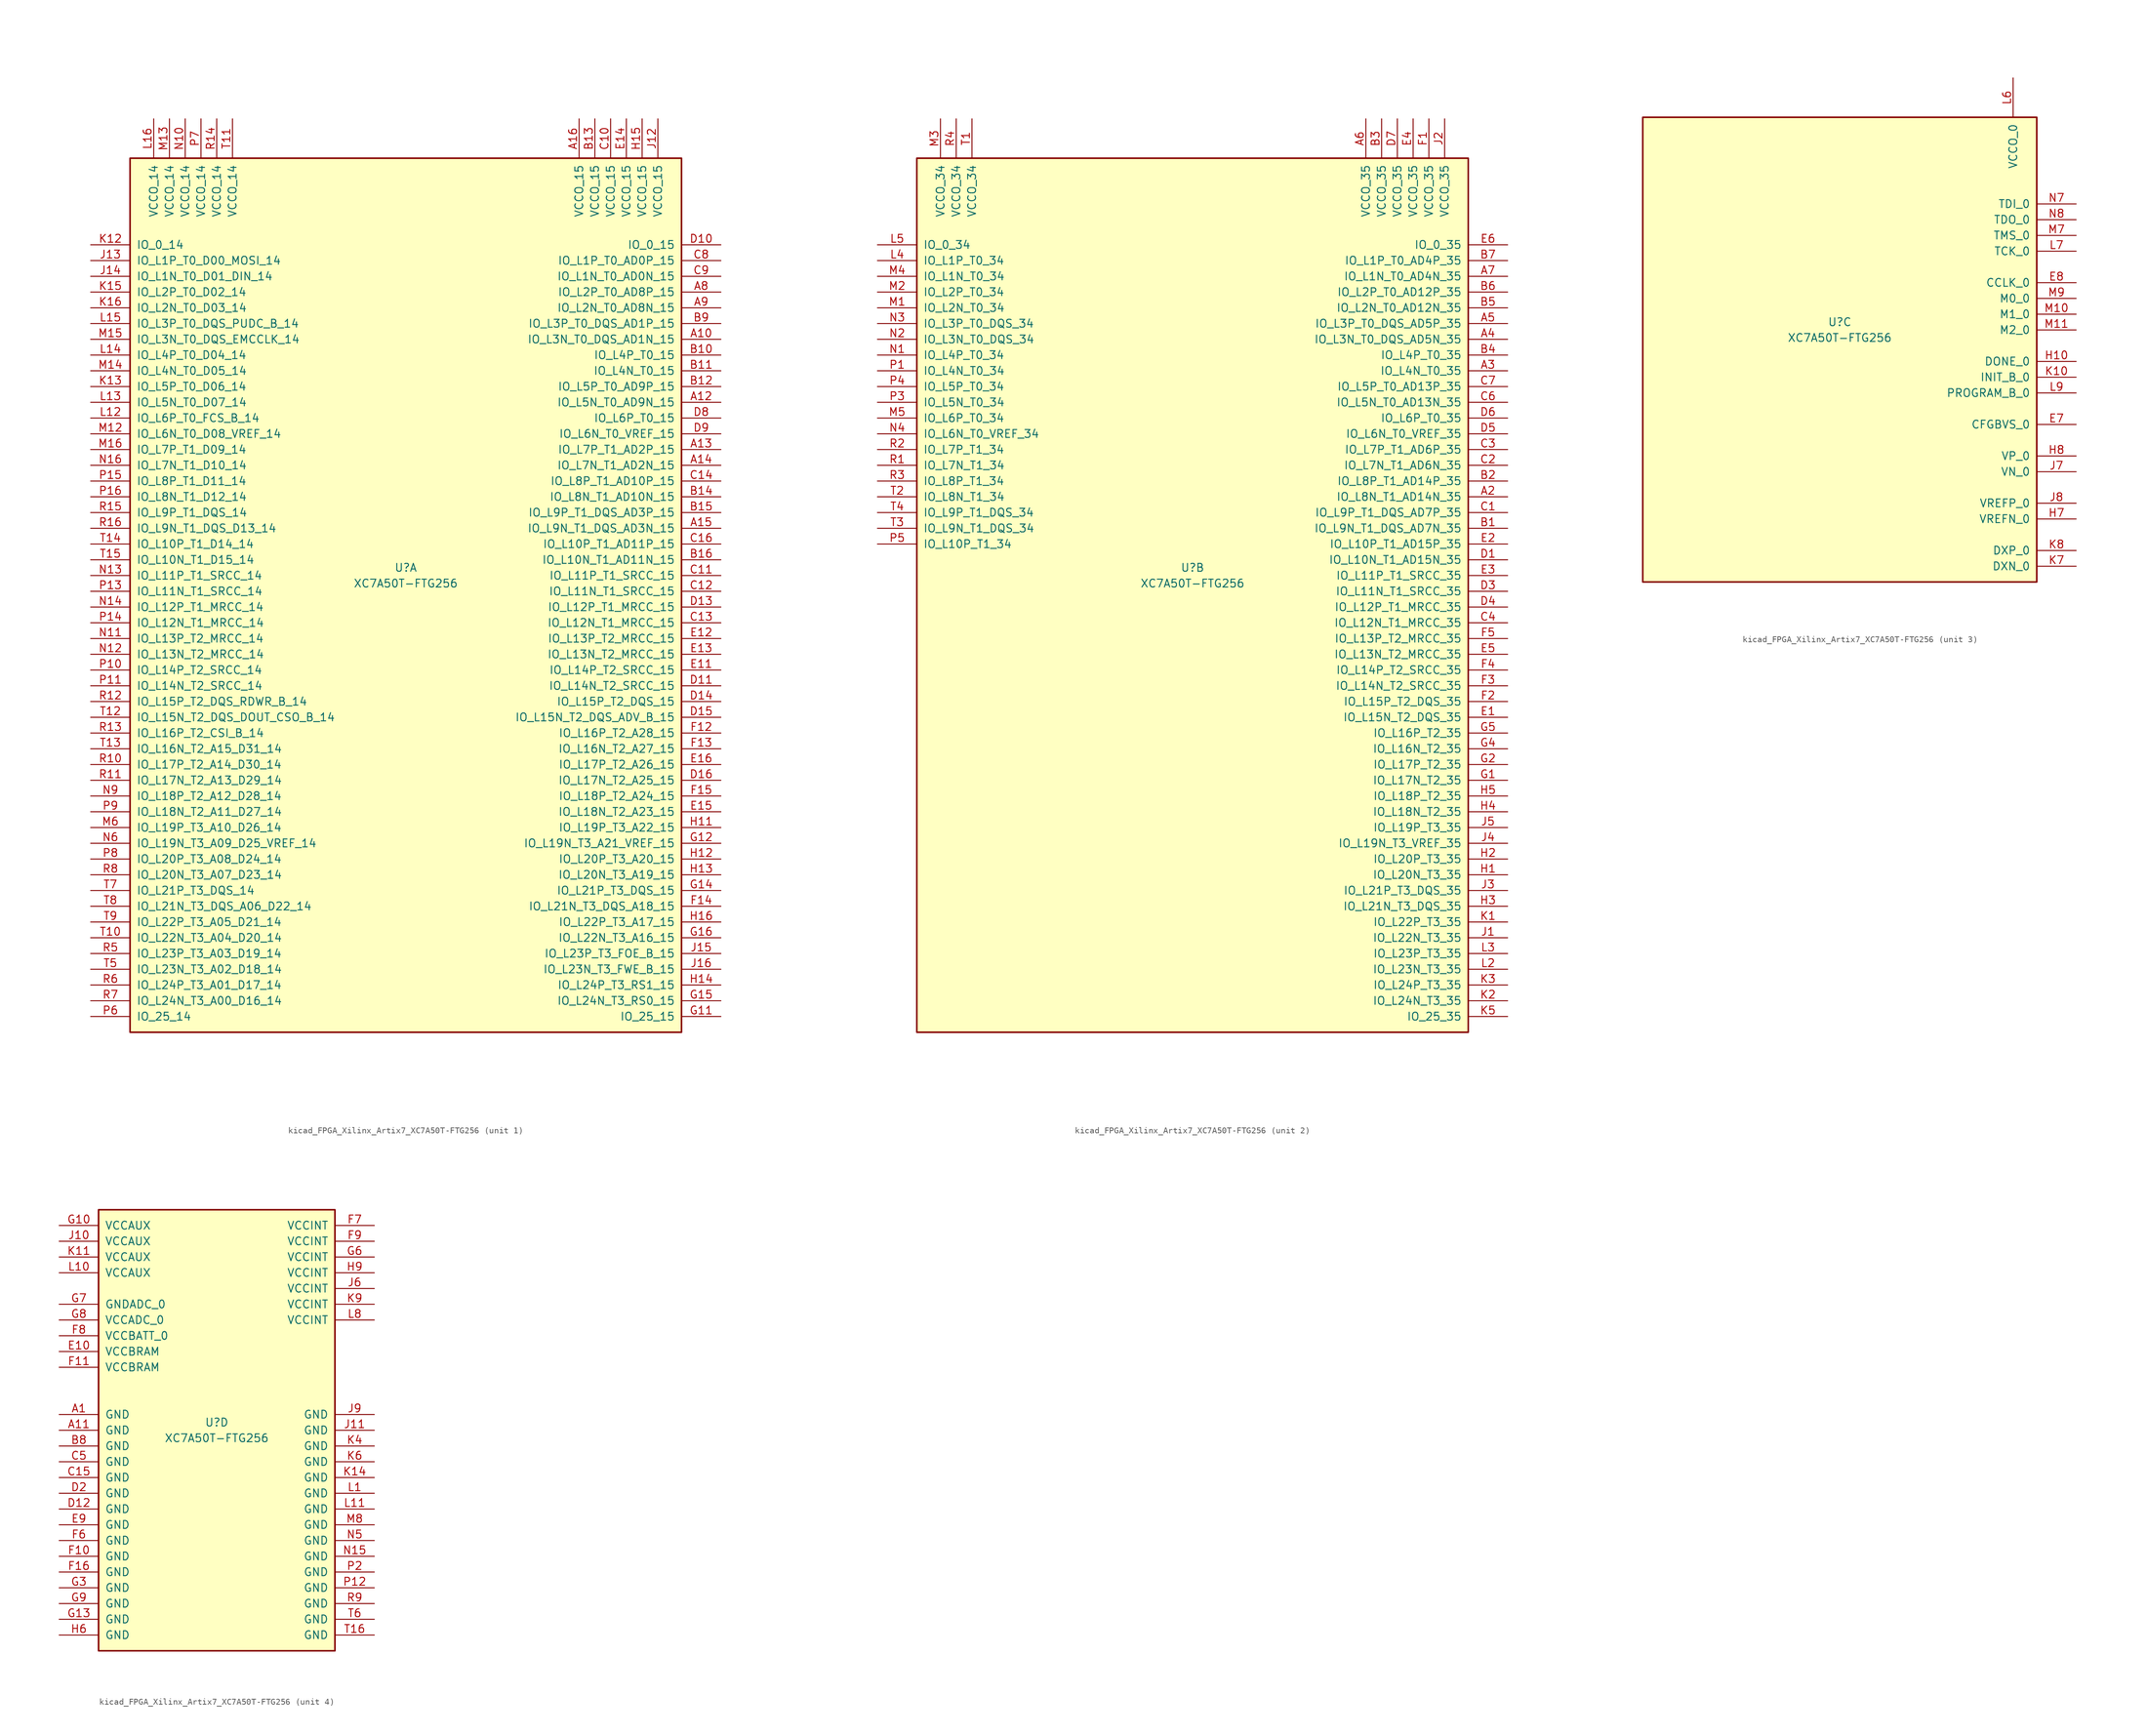
<source format=kicad_sym>
(kicad_symbol_lib
  (version 20220914)
  (generator kicad_symbol_editor)
  (symbol "kicad_FPGA_Xilinx_Artix7_XC7A50T-FTG256"
    (pin_names
      (offset 1.016))
    (property "Reference" "U"
      (at 0 1.27 0)
      (effects (font (size 1.27 1.27))))
    (property "Value" "XC7A50T-FTG256"
      (at 0 -1.27 0)
      (effects (font (size 1.27 1.27))))
    (property "Datasheet" ""
      (at 0 0 0)
      (effects (font (size 1.27 1.27))))
    (property "ki_locked" ""
      (at 0 0 0)
      (effects (font (size 1.27 1.27))))
    (symbol "kicad_FPGA_Xilinx_Artix7_XC7A50T-FTG256_1_1"
      (rectangle (start -44.45 67.31) (end 44.45 -73.66) (stroke (width 0.254) (type default)) (fill (type background)))
      (pin bidirectional line (at 50.8 38.1 180) (length 6.35) (name "IO_L3N_T0_DQS_AD1N_15" (effects (font (size 1.27 1.27)))) (number "A10" (effects (font (size 1.27 1.27)))))
      (pin bidirectional line (at 50.8 27.94 180) (length 6.35) (name "IO_L5N_T0_AD9N_15" (effects (font (size 1.27 1.27)))) (number "A12" (effects (font (size 1.27 1.27)))))
      (pin bidirectional line (at 50.8 20.32 180) (length 6.35) (name "IO_L7P_T1_AD2P_15" (effects (font (size 1.27 1.27)))) (number "A13" (effects (font (size 1.27 1.27)))))
      (pin bidirectional line (at 50.8 17.78 180) (length 6.35) (name "IO_L7N_T1_AD2N_15" (effects (font (size 1.27 1.27)))) (number "A14" (effects (font (size 1.27 1.27)))))
      (pin bidirectional line (at 50.8 7.62 180) (length 6.35) (name "IO_L9N_T1_DQS_AD3N_15" (effects (font (size 1.27 1.27)))) (number "A15" (effects (font (size 1.27 1.27)))))
      (pin power_in line (at 27.94 73.66 270) (length 6.35) (name "VCCO_15" (effects (font (size 1.27 1.27)))) (number "A16" (effects (font (size 1.27 1.27)))))
      (pin bidirectional line (at 50.8 45.72 180) (length 6.35) (name "IO_L2P_T0_AD8P_15" (effects (font (size 1.27 1.27)))) (number "A8" (effects (font (size 1.27 1.27)))))
      (pin bidirectional line (at 50.8 43.18 180) (length 6.35) (name "IO_L2N_T0_AD8N_15" (effects (font (size 1.27 1.27)))) (number "A9" (effects (font (size 1.27 1.27)))))
      (pin bidirectional line (at 50.8 35.56 180) (length 6.35) (name "IO_L4P_T0_15" (effects (font (size 1.27 1.27)))) (number "B10" (effects (font (size 1.27 1.27)))))
      (pin bidirectional line (at 50.8 33.02 180) (length 6.35) (name "IO_L4N_T0_15" (effects (font (size 1.27 1.27)))) (number "B11" (effects (font (size 1.27 1.27)))))
      (pin bidirectional line (at 50.8 30.48 180) (length 6.35) (name "IO_L5P_T0_AD9P_15" (effects (font (size 1.27 1.27)))) (number "B12" (effects (font (size 1.27 1.27)))))
      (pin power_in line (at 30.48 73.66 270) (length 6.35) (name "VCCO_15" (effects (font (size 1.27 1.27)))) (number "B13" (effects (font (size 1.27 1.27)))))
      (pin bidirectional line (at 50.8 12.7 180) (length 6.35) (name "IO_L8N_T1_AD10N_15" (effects (font (size 1.27 1.27)))) (number "B14" (effects (font (size 1.27 1.27)))))
      (pin bidirectional line (at 50.8 10.16 180) (length 6.35) (name "IO_L9P_T1_DQS_AD3P_15" (effects (font (size 1.27 1.27)))) (number "B15" (effects (font (size 1.27 1.27)))))
      (pin bidirectional line (at 50.8 2.54 180) (length 6.35) (name "IO_L10N_T1_AD11N_15" (effects (font (size 1.27 1.27)))) (number "B16" (effects (font (size 1.27 1.27)))))
      (pin bidirectional line (at 50.8 40.64 180) (length 6.35) (name "IO_L3P_T0_DQS_AD1P_15" (effects (font (size 1.27 1.27)))) (number "B9" (effects (font (size 1.27 1.27)))))
      (pin power_in line (at 33.02 73.66 270) (length 6.35) (name "VCCO_15" (effects (font (size 1.27 1.27)))) (number "C10" (effects (font (size 1.27 1.27)))))
      (pin bidirectional line (at 50.8 0 180) (length 6.35) (name "IO_L11P_T1_SRCC_15" (effects (font (size 1.27 1.27)))) (number "C11" (effects (font (size 1.27 1.27)))))
      (pin bidirectional line (at 50.8 -2.54 180) (length 6.35) (name "IO_L11N_T1_SRCC_15" (effects (font (size 1.27 1.27)))) (number "C12" (effects (font (size 1.27 1.27)))))
      (pin bidirectional line (at 50.8 -7.62 180) (length 6.35) (name "IO_L12N_T1_MRCC_15" (effects (font (size 1.27 1.27)))) (number "C13" (effects (font (size 1.27 1.27)))))
      (pin bidirectional line (at 50.8 15.24 180) (length 6.35) (name "IO_L8P_T1_AD10P_15" (effects (font (size 1.27 1.27)))) (number "C14" (effects (font (size 1.27 1.27)))))
      (pin bidirectional line (at 50.8 5.08 180) (length 6.35) (name "IO_L10P_T1_AD11P_15" (effects (font (size 1.27 1.27)))) (number "C16" (effects (font (size 1.27 1.27)))))
      (pin bidirectional line (at 50.8 50.8 180) (length 6.35) (name "IO_L1P_T0_AD0P_15" (effects (font (size 1.27 1.27)))) (number "C8" (effects (font (size 1.27 1.27)))))
      (pin bidirectional line (at 50.8 48.26 180) (length 6.35) (name "IO_L1N_T0_AD0N_15" (effects (font (size 1.27 1.27)))) (number "C9" (effects (font (size 1.27 1.27)))))
      (pin bidirectional line (at 50.8 53.34 180) (length 6.35) (name "IO_0_15" (effects (font (size 1.27 1.27)))) (number "D10" (effects (font (size 1.27 1.27)))))
      (pin bidirectional line (at 50.8 -17.78 180) (length 6.35) (name "IO_L14N_T2_SRCC_15" (effects (font (size 1.27 1.27)))) (number "D11" (effects (font (size 1.27 1.27)))))
      (pin bidirectional line (at 50.8 -5.08 180) (length 6.35) (name "IO_L12P_T1_MRCC_15" (effects (font (size 1.27 1.27)))) (number "D13" (effects (font (size 1.27 1.27)))))
      (pin bidirectional line (at 50.8 -20.32 180) (length 6.35) (name "IO_L15P_T2_DQS_15" (effects (font (size 1.27 1.27)))) (number "D14" (effects (font (size 1.27 1.27)))))
      (pin bidirectional line (at 50.8 -22.86 180) (length 6.35) (name "IO_L15N_T2_DQS_ADV_B_15" (effects (font (size 1.27 1.27)))) (number "D15" (effects (font (size 1.27 1.27)))))
      (pin bidirectional line (at 50.8 -33.02 180) (length 6.35) (name "IO_L17N_T2_A25_15" (effects (font (size 1.27 1.27)))) (number "D16" (effects (font (size 1.27 1.27)))))
      (pin bidirectional line (at 50.8 25.4 180) (length 6.35) (name "IO_L6P_T0_15" (effects (font (size 1.27 1.27)))) (number "D8" (effects (font (size 1.27 1.27)))))
      (pin bidirectional line (at 50.8 22.86 180) (length 6.35) (name "IO_L6N_T0_VREF_15" (effects (font (size 1.27 1.27)))) (number "D9" (effects (font (size 1.27 1.27)))))
      (pin bidirectional line (at 50.8 -15.24 180) (length 6.35) (name "IO_L14P_T2_SRCC_15" (effects (font (size 1.27 1.27)))) (number "E11" (effects (font (size 1.27 1.27)))))
      (pin bidirectional line (at 50.8 -10.16 180) (length 6.35) (name "IO_L13P_T2_MRCC_15" (effects (font (size 1.27 1.27)))) (number "E12" (effects (font (size 1.27 1.27)))))
      (pin bidirectional line (at 50.8 -12.7 180) (length 6.35) (name "IO_L13N_T2_MRCC_15" (effects (font (size 1.27 1.27)))) (number "E13" (effects (font (size 1.27 1.27)))))
      (pin power_in line (at 35.56 73.66 270) (length 6.35) (name "VCCO_15" (effects (font (size 1.27 1.27)))) (number "E14" (effects (font (size 1.27 1.27)))))
      (pin bidirectional line (at 50.8 -38.1 180) (length 6.35) (name "IO_L18N_T2_A23_15" (effects (font (size 1.27 1.27)))) (number "E15" (effects (font (size 1.27 1.27)))))
      (pin bidirectional line (at 50.8 -30.48 180) (length 6.35) (name "IO_L17P_T2_A26_15" (effects (font (size 1.27 1.27)))) (number "E16" (effects (font (size 1.27 1.27)))))
      (pin bidirectional line (at 50.8 -25.4 180) (length 6.35) (name "IO_L16P_T2_A28_15" (effects (font (size 1.27 1.27)))) (number "F12" (effects (font (size 1.27 1.27)))))
      (pin bidirectional line (at 50.8 -27.94 180) (length 6.35) (name "IO_L16N_T2_A27_15" (effects (font (size 1.27 1.27)))) (number "F13" (effects (font (size 1.27 1.27)))))
      (pin bidirectional line (at 50.8 -53.34 180) (length 6.35) (name "IO_L21N_T3_DQS_A18_15" (effects (font (size 1.27 1.27)))) (number "F14" (effects (font (size 1.27 1.27)))))
      (pin bidirectional line (at 50.8 -35.56 180) (length 6.35) (name "IO_L18P_T2_A24_15" (effects (font (size 1.27 1.27)))) (number "F15" (effects (font (size 1.27 1.27)))))
      (pin bidirectional line (at 50.8 -71.12 180) (length 6.35) (name "IO_25_15" (effects (font (size 1.27 1.27)))) (number "G11" (effects (font (size 1.27 1.27)))))
      (pin bidirectional line (at 50.8 -43.18 180) (length 6.35) (name "IO_L19N_T3_A21_VREF_15" (effects (font (size 1.27 1.27)))) (number "G12" (effects (font (size 1.27 1.27)))))
      (pin bidirectional line (at 50.8 -50.8 180) (length 6.35) (name "IO_L21P_T3_DQS_15" (effects (font (size 1.27 1.27)))) (number "G14" (effects (font (size 1.27 1.27)))))
      (pin bidirectional line (at 50.8 -68.58 180) (length 6.35) (name "IO_L24N_T3_RS0_15" (effects (font (size 1.27 1.27)))) (number "G15" (effects (font (size 1.27 1.27)))))
      (pin bidirectional line (at 50.8 -58.42 180) (length 6.35) (name "IO_L22N_T3_A16_15" (effects (font (size 1.27 1.27)))) (number "G16" (effects (font (size 1.27 1.27)))))
      (pin bidirectional line (at 50.8 -40.64 180) (length 6.35) (name "IO_L19P_T3_A22_15" (effects (font (size 1.27 1.27)))) (number "H11" (effects (font (size 1.27 1.27)))))
      (pin bidirectional line (at 50.8 -45.72 180) (length 6.35) (name "IO_L20P_T3_A20_15" (effects (font (size 1.27 1.27)))) (number "H12" (effects (font (size 1.27 1.27)))))
      (pin bidirectional line (at 50.8 -48.26 180) (length 6.35) (name "IO_L20N_T3_A19_15" (effects (font (size 1.27 1.27)))) (number "H13" (effects (font (size 1.27 1.27)))))
      (pin bidirectional line (at 50.8 -66.04 180) (length 6.35) (name "IO_L24P_T3_RS1_15" (effects (font (size 1.27 1.27)))) (number "H14" (effects (font (size 1.27 1.27)))))
      (pin power_in line (at 38.1 73.66 270) (length 6.35) (name "VCCO_15" (effects (font (size 1.27 1.27)))) (number "H15" (effects (font (size 1.27 1.27)))))
      (pin bidirectional line (at 50.8 -55.88 180) (length 6.35) (name "IO_L22P_T3_A17_15" (effects (font (size 1.27 1.27)))) (number "H16" (effects (font (size 1.27 1.27)))))
      (pin power_in line (at 40.64 73.66 270) (length 6.35) (name "VCCO_15" (effects (font (size 1.27 1.27)))) (number "J12" (effects (font (size 1.27 1.27)))))
      (pin bidirectional line (at -50.8 50.8 0) (length 6.35) (name "IO_L1P_T0_D00_MOSI_14" (effects (font (size 1.27 1.27)))) (number "J13" (effects (font (size 1.27 1.27)))))
      (pin bidirectional line (at -50.8 48.26 0) (length 6.35) (name "IO_L1N_T0_D01_DIN_14" (effects (font (size 1.27 1.27)))) (number "J14" (effects (font (size 1.27 1.27)))))
      (pin bidirectional line (at 50.8 -60.96 180) (length 6.35) (name "IO_L23P_T3_FOE_B_15" (effects (font (size 1.27 1.27)))) (number "J15" (effects (font (size 1.27 1.27)))))
      (pin bidirectional line (at 50.8 -63.5 180) (length 6.35) (name "IO_L23N_T3_FWE_B_15" (effects (font (size 1.27 1.27)))) (number "J16" (effects (font (size 1.27 1.27)))))
      (pin bidirectional line (at -50.8 53.34 0) (length 6.35) (name "IO_0_14" (effects (font (size 1.27 1.27)))) (number "K12" (effects (font (size 1.27 1.27)))))
      (pin bidirectional line (at -50.8 30.48 0) (length 6.35) (name "IO_L5P_T0_D06_14" (effects (font (size 1.27 1.27)))) (number "K13" (effects (font (size 1.27 1.27)))))
      (pin bidirectional line (at -50.8 45.72 0) (length 6.35) (name "IO_L2P_T0_D02_14" (effects (font (size 1.27 1.27)))) (number "K15" (effects (font (size 1.27 1.27)))))
      (pin bidirectional line (at -50.8 43.18 0) (length 6.35) (name "IO_L2N_T0_D03_14" (effects (font (size 1.27 1.27)))) (number "K16" (effects (font (size 1.27 1.27)))))
      (pin bidirectional line (at -50.8 25.4 0) (length 6.35) (name "IO_L6P_T0_FCS_B_14" (effects (font (size 1.27 1.27)))) (number "L12" (effects (font (size 1.27 1.27)))))
      (pin bidirectional line (at -50.8 27.94 0) (length 6.35) (name "IO_L5N_T0_D07_14" (effects (font (size 1.27 1.27)))) (number "L13" (effects (font (size 1.27 1.27)))))
      (pin bidirectional line (at -50.8 35.56 0) (length 6.35) (name "IO_L4P_T0_D04_14" (effects (font (size 1.27 1.27)))) (number "L14" (effects (font (size 1.27 1.27)))))
      (pin bidirectional line (at -50.8 40.64 0) (length 6.35) (name "IO_L3P_T0_DQS_PUDC_B_14" (effects (font (size 1.27 1.27)))) (number "L15" (effects (font (size 1.27 1.27)))))
      (pin power_in line (at -40.64 73.66 270) (length 6.35) (name "VCCO_14" (effects (font (size 1.27 1.27)))) (number "L16" (effects (font (size 1.27 1.27)))))
      (pin bidirectional line (at -50.8 22.86 0) (length 6.35) (name "IO_L6N_T0_D08_VREF_14" (effects (font (size 1.27 1.27)))) (number "M12" (effects (font (size 1.27 1.27)))))
      (pin power_in line (at -38.1 73.66 270) (length 6.35) (name "VCCO_14" (effects (font (size 1.27 1.27)))) (number "M13" (effects (font (size 1.27 1.27)))))
      (pin bidirectional line (at -50.8 33.02 0) (length 6.35) (name "IO_L4N_T0_D05_14" (effects (font (size 1.27 1.27)))) (number "M14" (effects (font (size 1.27 1.27)))))
      (pin bidirectional line (at -50.8 38.1 0) (length 6.35) (name "IO_L3N_T0_DQS_EMCCLK_14" (effects (font (size 1.27 1.27)))) (number "M15" (effects (font (size 1.27 1.27)))))
      (pin bidirectional line (at -50.8 20.32 0) (length 6.35) (name "IO_L7P_T1_D09_14" (effects (font (size 1.27 1.27)))) (number "M16" (effects (font (size 1.27 1.27)))))
      (pin bidirectional line (at -50.8 -40.64 0) (length 6.35) (name "IO_L19P_T3_A10_D26_14" (effects (font (size 1.27 1.27)))) (number "M6" (effects (font (size 1.27 1.27)))))
      (pin power_in line (at -35.56 73.66 270) (length 6.35) (name "VCCO_14" (effects (font (size 1.27 1.27)))) (number "N10" (effects (font (size 1.27 1.27)))))
      (pin bidirectional line (at -50.8 -10.16 0) (length 6.35) (name "IO_L13P_T2_MRCC_14" (effects (font (size 1.27 1.27)))) (number "N11" (effects (font (size 1.27 1.27)))))
      (pin bidirectional line (at -50.8 -12.7 0) (length 6.35) (name "IO_L13N_T2_MRCC_14" (effects (font (size 1.27 1.27)))) (number "N12" (effects (font (size 1.27 1.27)))))
      (pin bidirectional line (at -50.8 0 0) (length 6.35) (name "IO_L11P_T1_SRCC_14" (effects (font (size 1.27 1.27)))) (number "N13" (effects (font (size 1.27 1.27)))))
      (pin bidirectional line (at -50.8 -5.08 0) (length 6.35) (name "IO_L12P_T1_MRCC_14" (effects (font (size 1.27 1.27)))) (number "N14" (effects (font (size 1.27 1.27)))))
      (pin bidirectional line (at -50.8 17.78 0) (length 6.35) (name "IO_L7N_T1_D10_14" (effects (font (size 1.27 1.27)))) (number "N16" (effects (font (size 1.27 1.27)))))
      (pin bidirectional line (at -50.8 -43.18 0) (length 6.35) (name "IO_L19N_T3_A09_D25_VREF_14" (effects (font (size 1.27 1.27)))) (number "N6" (effects (font (size 1.27 1.27)))))
      (pin bidirectional line (at -50.8 -35.56 0) (length 6.35) (name "IO_L18P_T2_A12_D28_14" (effects (font (size 1.27 1.27)))) (number "N9" (effects (font (size 1.27 1.27)))))
      (pin bidirectional line (at -50.8 -15.24 0) (length 6.35) (name "IO_L14P_T2_SRCC_14" (effects (font (size 1.27 1.27)))) (number "P10" (effects (font (size 1.27 1.27)))))
      (pin bidirectional line (at -50.8 -17.78 0) (length 6.35) (name "IO_L14N_T2_SRCC_14" (effects (font (size 1.27 1.27)))) (number "P11" (effects (font (size 1.27 1.27)))))
      (pin bidirectional line (at -50.8 -2.54 0) (length 6.35) (name "IO_L11N_T1_SRCC_14" (effects (font (size 1.27 1.27)))) (number "P13" (effects (font (size 1.27 1.27)))))
      (pin bidirectional line (at -50.8 -7.62 0) (length 6.35) (name "IO_L12N_T1_MRCC_14" (effects (font (size 1.27 1.27)))) (number "P14" (effects (font (size 1.27 1.27)))))
      (pin bidirectional line (at -50.8 15.24 0) (length 6.35) (name "IO_L8P_T1_D11_14" (effects (font (size 1.27 1.27)))) (number "P15" (effects (font (size 1.27 1.27)))))
      (pin bidirectional line (at -50.8 12.7 0) (length 6.35) (name "IO_L8N_T1_D12_14" (effects (font (size 1.27 1.27)))) (number "P16" (effects (font (size 1.27 1.27)))))
      (pin bidirectional line (at -50.8 -71.12 0) (length 6.35) (name "IO_25_14" (effects (font (size 1.27 1.27)))) (number "P6" (effects (font (size 1.27 1.27)))))
      (pin power_in line (at -33.02 73.66 270) (length 6.35) (name "VCCO_14" (effects (font (size 1.27 1.27)))) (number "P7" (effects (font (size 1.27 1.27)))))
      (pin bidirectional line (at -50.8 -45.72 0) (length 6.35) (name "IO_L20P_T3_A08_D24_14" (effects (font (size 1.27 1.27)))) (number "P8" (effects (font (size 1.27 1.27)))))
      (pin bidirectional line (at -50.8 -38.1 0) (length 6.35) (name "IO_L18N_T2_A11_D27_14" (effects (font (size 1.27 1.27)))) (number "P9" (effects (font (size 1.27 1.27)))))
      (pin bidirectional line (at -50.8 -30.48 0) (length 6.35) (name "IO_L17P_T2_A14_D30_14" (effects (font (size 1.27 1.27)))) (number "R10" (effects (font (size 1.27 1.27)))))
      (pin bidirectional line (at -50.8 -33.02 0) (length 6.35) (name "IO_L17N_T2_A13_D29_14" (effects (font (size 1.27 1.27)))) (number "R11" (effects (font (size 1.27 1.27)))))
      (pin bidirectional line (at -50.8 -20.32 0) (length 6.35) (name "IO_L15P_T2_DQS_RDWR_B_14" (effects (font (size 1.27 1.27)))) (number "R12" (effects (font (size 1.27 1.27)))))
      (pin bidirectional line (at -50.8 -25.4 0) (length 6.35) (name "IO_L16P_T2_CSI_B_14" (effects (font (size 1.27 1.27)))) (number "R13" (effects (font (size 1.27 1.27)))))
      (pin power_in line (at -30.48 73.66 270) (length 6.35) (name "VCCO_14" (effects (font (size 1.27 1.27)))) (number "R14" (effects (font (size 1.27 1.27)))))
      (pin bidirectional line (at -50.8 10.16 0) (length 6.35) (name "IO_L9P_T1_DQS_14" (effects (font (size 1.27 1.27)))) (number "R15" (effects (font (size 1.27 1.27)))))
      (pin bidirectional line (at -50.8 7.62 0) (length 6.35) (name "IO_L9N_T1_DQS_D13_14" (effects (font (size 1.27 1.27)))) (number "R16" (effects (font (size 1.27 1.27)))))
      (pin bidirectional line (at -50.8 -60.96 0) (length 6.35) (name "IO_L23P_T3_A03_D19_14" (effects (font (size 1.27 1.27)))) (number "R5" (effects (font (size 1.27 1.27)))))
      (pin bidirectional line (at -50.8 -66.04 0) (length 6.35) (name "IO_L24P_T3_A01_D17_14" (effects (font (size 1.27 1.27)))) (number "R6" (effects (font (size 1.27 1.27)))))
      (pin bidirectional line (at -50.8 -68.58 0) (length 6.35) (name "IO_L24N_T3_A00_D16_14" (effects (font (size 1.27 1.27)))) (number "R7" (effects (font (size 1.27 1.27)))))
      (pin bidirectional line (at -50.8 -48.26 0) (length 6.35) (name "IO_L20N_T3_A07_D23_14" (effects (font (size 1.27 1.27)))) (number "R8" (effects (font (size 1.27 1.27)))))
      (pin bidirectional line (at -50.8 -58.42 0) (length 6.35) (name "IO_L22N_T3_A04_D20_14" (effects (font (size 1.27 1.27)))) (number "T10" (effects (font (size 1.27 1.27)))))
      (pin power_in line (at -27.94 73.66 270) (length 6.35) (name "VCCO_14" (effects (font (size 1.27 1.27)))) (number "T11" (effects (font (size 1.27 1.27)))))
      (pin bidirectional line (at -50.8 -22.86 0) (length 6.35) (name "IO_L15N_T2_DQS_DOUT_CSO_B_14" (effects (font (size 1.27 1.27)))) (number "T12" (effects (font (size 1.27 1.27)))))
      (pin bidirectional line (at -50.8 -27.94 0) (length 6.35) (name "IO_L16N_T2_A15_D31_14" (effects (font (size 1.27 1.27)))) (number "T13" (effects (font (size 1.27 1.27)))))
      (pin bidirectional line (at -50.8 5.08 0) (length 6.35) (name "IO_L10P_T1_D14_14" (effects (font (size 1.27 1.27)))) (number "T14" (effects (font (size 1.27 1.27)))))
      (pin bidirectional line (at -50.8 2.54 0) (length 6.35) (name "IO_L10N_T1_D15_14" (effects (font (size 1.27 1.27)))) (number "T15" (effects (font (size 1.27 1.27)))))
      (pin bidirectional line (at -50.8 -63.5 0) (length 6.35) (name "IO_L23N_T3_A02_D18_14" (effects (font (size 1.27 1.27)))) (number "T5" (effects (font (size 1.27 1.27)))))
      (pin bidirectional line (at -50.8 -50.8 0) (length 6.35) (name "IO_L21P_T3_DQS_14" (effects (font (size 1.27 1.27)))) (number "T7" (effects (font (size 1.27 1.27)))))
      (pin bidirectional line (at -50.8 -53.34 0) (length 6.35) (name "IO_L21N_T3_DQS_A06_D22_14" (effects (font (size 1.27 1.27)))) (number "T8" (effects (font (size 1.27 1.27)))))
      (pin bidirectional line (at -50.8 -55.88 0) (length 6.35) (name "IO_L22P_T3_A05_D21_14" (effects (font (size 1.27 1.27)))) (number "T9" (effects (font (size 1.27 1.27))))))
    (symbol "kicad_FPGA_Xilinx_Artix7_XC7A50T-FTG256_2_1"
      (rectangle (start -44.45 67.31) (end 44.45 -73.66) (stroke (width 0.254) (type default)) (fill (type background)))
      (pin bidirectional line (at 50.8 12.7 180) (length 6.35) (name "IO_L8N_T1_AD14N_35" (effects (font (size 1.27 1.27)))) (number "A2" (effects (font (size 1.27 1.27)))))
      (pin bidirectional line (at 50.8 33.02 180) (length 6.35) (name "IO_L4N_T0_35" (effects (font (size 1.27 1.27)))) (number "A3" (effects (font (size 1.27 1.27)))))
      (pin bidirectional line (at 50.8 38.1 180) (length 6.35) (name "IO_L3N_T0_DQS_AD5N_35" (effects (font (size 1.27 1.27)))) (number "A4" (effects (font (size 1.27 1.27)))))
      (pin bidirectional line (at 50.8 40.64 180) (length 6.35) (name "IO_L3P_T0_DQS_AD5P_35" (effects (font (size 1.27 1.27)))) (number "A5" (effects (font (size 1.27 1.27)))))
      (pin power_in line (at 27.94 73.66 270) (length 6.35) (name "VCCO_35" (effects (font (size 1.27 1.27)))) (number "A6" (effects (font (size 1.27 1.27)))))
      (pin bidirectional line (at 50.8 48.26 180) (length 6.35) (name "IO_L1N_T0_AD4N_35" (effects (font (size 1.27 1.27)))) (number "A7" (effects (font (size 1.27 1.27)))))
      (pin bidirectional line (at 50.8 7.62 180) (length 6.35) (name "IO_L9N_T1_DQS_AD7N_35" (effects (font (size 1.27 1.27)))) (number "B1" (effects (font (size 1.27 1.27)))))
      (pin bidirectional line (at 50.8 15.24 180) (length 6.35) (name "IO_L8P_T1_AD14P_35" (effects (font (size 1.27 1.27)))) (number "B2" (effects (font (size 1.27 1.27)))))
      (pin power_in line (at 30.48 73.66 270) (length 6.35) (name "VCCO_35" (effects (font (size 1.27 1.27)))) (number "B3" (effects (font (size 1.27 1.27)))))
      (pin bidirectional line (at 50.8 35.56 180) (length 6.35) (name "IO_L4P_T0_35" (effects (font (size 1.27 1.27)))) (number "B4" (effects (font (size 1.27 1.27)))))
      (pin bidirectional line (at 50.8 43.18 180) (length 6.35) (name "IO_L2N_T0_AD12N_35" (effects (font (size 1.27 1.27)))) (number "B5" (effects (font (size 1.27 1.27)))))
      (pin bidirectional line (at 50.8 45.72 180) (length 6.35) (name "IO_L2P_T0_AD12P_35" (effects (font (size 1.27 1.27)))) (number "B6" (effects (font (size 1.27 1.27)))))
      (pin bidirectional line (at 50.8 50.8 180) (length 6.35) (name "IO_L1P_T0_AD4P_35" (effects (font (size 1.27 1.27)))) (number "B7" (effects (font (size 1.27 1.27)))))
      (pin bidirectional line (at 50.8 10.16 180) (length 6.35) (name "IO_L9P_T1_DQS_AD7P_35" (effects (font (size 1.27 1.27)))) (number "C1" (effects (font (size 1.27 1.27)))))
      (pin bidirectional line (at 50.8 17.78 180) (length 6.35) (name "IO_L7N_T1_AD6N_35" (effects (font (size 1.27 1.27)))) (number "C2" (effects (font (size 1.27 1.27)))))
      (pin bidirectional line (at 50.8 20.32 180) (length 6.35) (name "IO_L7P_T1_AD6P_35" (effects (font (size 1.27 1.27)))) (number "C3" (effects (font (size 1.27 1.27)))))
      (pin bidirectional line (at 50.8 -7.62 180) (length 6.35) (name "IO_L12N_T1_MRCC_35" (effects (font (size 1.27 1.27)))) (number "C4" (effects (font (size 1.27 1.27)))))
      (pin bidirectional line (at 50.8 27.94 180) (length 6.35) (name "IO_L5N_T0_AD13N_35" (effects (font (size 1.27 1.27)))) (number "C6" (effects (font (size 1.27 1.27)))))
      (pin bidirectional line (at 50.8 30.48 180) (length 6.35) (name "IO_L5P_T0_AD13P_35" (effects (font (size 1.27 1.27)))) (number "C7" (effects (font (size 1.27 1.27)))))
      (pin bidirectional line (at 50.8 2.54 180) (length 6.35) (name "IO_L10N_T1_AD15N_35" (effects (font (size 1.27 1.27)))) (number "D1" (effects (font (size 1.27 1.27)))))
      (pin bidirectional line (at 50.8 -2.54 180) (length 6.35) (name "IO_L11N_T1_SRCC_35" (effects (font (size 1.27 1.27)))) (number "D3" (effects (font (size 1.27 1.27)))))
      (pin bidirectional line (at 50.8 -5.08 180) (length 6.35) (name "IO_L12P_T1_MRCC_35" (effects (font (size 1.27 1.27)))) (number "D4" (effects (font (size 1.27 1.27)))))
      (pin bidirectional line (at 50.8 22.86 180) (length 6.35) (name "IO_L6N_T0_VREF_35" (effects (font (size 1.27 1.27)))) (number "D5" (effects (font (size 1.27 1.27)))))
      (pin bidirectional line (at 50.8 25.4 180) (length 6.35) (name "IO_L6P_T0_35" (effects (font (size 1.27 1.27)))) (number "D6" (effects (font (size 1.27 1.27)))))
      (pin power_in line (at 33.02 73.66 270) (length 6.35) (name "VCCO_35" (effects (font (size 1.27 1.27)))) (number "D7" (effects (font (size 1.27 1.27)))))
      (pin bidirectional line (at 50.8 -22.86 180) (length 6.35) (name "IO_L15N_T2_DQS_35" (effects (font (size 1.27 1.27)))) (number "E1" (effects (font (size 1.27 1.27)))))
      (pin bidirectional line (at 50.8 5.08 180) (length 6.35) (name "IO_L10P_T1_AD15P_35" (effects (font (size 1.27 1.27)))) (number "E2" (effects (font (size 1.27 1.27)))))
      (pin bidirectional line (at 50.8 0 180) (length 6.35) (name "IO_L11P_T1_SRCC_35" (effects (font (size 1.27 1.27)))) (number "E3" (effects (font (size 1.27 1.27)))))
      (pin power_in line (at 35.56 73.66 270) (length 6.35) (name "VCCO_35" (effects (font (size 1.27 1.27)))) (number "E4" (effects (font (size 1.27 1.27)))))
      (pin bidirectional line (at 50.8 -12.7 180) (length 6.35) (name "IO_L13N_T2_MRCC_35" (effects (font (size 1.27 1.27)))) (number "E5" (effects (font (size 1.27 1.27)))))
      (pin bidirectional line (at 50.8 53.34 180) (length 6.35) (name "IO_0_35" (effects (font (size 1.27 1.27)))) (number "E6" (effects (font (size 1.27 1.27)))))
      (pin power_in line (at 38.1 73.66 270) (length 6.35) (name "VCCO_35" (effects (font (size 1.27 1.27)))) (number "F1" (effects (font (size 1.27 1.27)))))
      (pin bidirectional line (at 50.8 -20.32 180) (length 6.35) (name "IO_L15P_T2_DQS_35" (effects (font (size 1.27 1.27)))) (number "F2" (effects (font (size 1.27 1.27)))))
      (pin bidirectional line (at 50.8 -17.78 180) (length 6.35) (name "IO_L14N_T2_SRCC_35" (effects (font (size 1.27 1.27)))) (number "F3" (effects (font (size 1.27 1.27)))))
      (pin bidirectional line (at 50.8 -15.24 180) (length 6.35) (name "IO_L14P_T2_SRCC_35" (effects (font (size 1.27 1.27)))) (number "F4" (effects (font (size 1.27 1.27)))))
      (pin bidirectional line (at 50.8 -10.16 180) (length 6.35) (name "IO_L13P_T2_MRCC_35" (effects (font (size 1.27 1.27)))) (number "F5" (effects (font (size 1.27 1.27)))))
      (pin bidirectional line (at 50.8 -33.02 180) (length 6.35) (name "IO_L17N_T2_35" (effects (font (size 1.27 1.27)))) (number "G1" (effects (font (size 1.27 1.27)))))
      (pin bidirectional line (at 50.8 -30.48 180) (length 6.35) (name "IO_L17P_T2_35" (effects (font (size 1.27 1.27)))) (number "G2" (effects (font (size 1.27 1.27)))))
      (pin bidirectional line (at 50.8 -27.94 180) (length 6.35) (name "IO_L16N_T2_35" (effects (font (size 1.27 1.27)))) (number "G4" (effects (font (size 1.27 1.27)))))
      (pin bidirectional line (at 50.8 -25.4 180) (length 6.35) (name "IO_L16P_T2_35" (effects (font (size 1.27 1.27)))) (number "G5" (effects (font (size 1.27 1.27)))))
      (pin bidirectional line (at 50.8 -48.26 180) (length 6.35) (name "IO_L20N_T3_35" (effects (font (size 1.27 1.27)))) (number "H1" (effects (font (size 1.27 1.27)))))
      (pin bidirectional line (at 50.8 -45.72 180) (length 6.35) (name "IO_L20P_T3_35" (effects (font (size 1.27 1.27)))) (number "H2" (effects (font (size 1.27 1.27)))))
      (pin bidirectional line (at 50.8 -53.34 180) (length 6.35) (name "IO_L21N_T3_DQS_35" (effects (font (size 1.27 1.27)))) (number "H3" (effects (font (size 1.27 1.27)))))
      (pin bidirectional line (at 50.8 -38.1 180) (length 6.35) (name "IO_L18N_T2_35" (effects (font (size 1.27 1.27)))) (number "H4" (effects (font (size 1.27 1.27)))))
      (pin bidirectional line (at 50.8 -35.56 180) (length 6.35) (name "IO_L18P_T2_35" (effects (font (size 1.27 1.27)))) (number "H5" (effects (font (size 1.27 1.27)))))
      (pin bidirectional line (at 50.8 -58.42 180) (length 6.35) (name "IO_L22N_T3_35" (effects (font (size 1.27 1.27)))) (number "J1" (effects (font (size 1.27 1.27)))))
      (pin power_in line (at 40.64 73.66 270) (length 6.35) (name "VCCO_35" (effects (font (size 1.27 1.27)))) (number "J2" (effects (font (size 1.27 1.27)))))
      (pin bidirectional line (at 50.8 -50.8 180) (length 6.35) (name "IO_L21P_T3_DQS_35" (effects (font (size 1.27 1.27)))) (number "J3" (effects (font (size 1.27 1.27)))))
      (pin bidirectional line (at 50.8 -43.18 180) (length 6.35) (name "IO_L19N_T3_VREF_35" (effects (font (size 1.27 1.27)))) (number "J4" (effects (font (size 1.27 1.27)))))
      (pin bidirectional line (at 50.8 -40.64 180) (length 6.35) (name "IO_L19P_T3_35" (effects (font (size 1.27 1.27)))) (number "J5" (effects (font (size 1.27 1.27)))))
      (pin bidirectional line (at 50.8 -55.88 180) (length 6.35) (name "IO_L22P_T3_35" (effects (font (size 1.27 1.27)))) (number "K1" (effects (font (size 1.27 1.27)))))
      (pin bidirectional line (at 50.8 -68.58 180) (length 6.35) (name "IO_L24N_T3_35" (effects (font (size 1.27 1.27)))) (number "K2" (effects (font (size 1.27 1.27)))))
      (pin bidirectional line (at 50.8 -66.04 180) (length 6.35) (name "IO_L24P_T3_35" (effects (font (size 1.27 1.27)))) (number "K3" (effects (font (size 1.27 1.27)))))
      (pin bidirectional line (at 50.8 -71.12 180) (length 6.35) (name "IO_25_35" (effects (font (size 1.27 1.27)))) (number "K5" (effects (font (size 1.27 1.27)))))
      (pin bidirectional line (at 50.8 -63.5 180) (length 6.35) (name "IO_L23N_T3_35" (effects (font (size 1.27 1.27)))) (number "L2" (effects (font (size 1.27 1.27)))))
      (pin bidirectional line (at 50.8 -60.96 180) (length 6.35) (name "IO_L23P_T3_35" (effects (font (size 1.27 1.27)))) (number "L3" (effects (font (size 1.27 1.27)))))
      (pin bidirectional line (at -50.8 50.8 0) (length 6.35) (name "IO_L1P_T0_34" (effects (font (size 1.27 1.27)))) (number "L4" (effects (font (size 1.27 1.27)))))
      (pin bidirectional line (at -50.8 53.34 0) (length 6.35) (name "IO_0_34" (effects (font (size 1.27 1.27)))) (number "L5" (effects (font (size 1.27 1.27)))))
      (pin bidirectional line (at -50.8 43.18 0) (length 6.35) (name "IO_L2N_T0_34" (effects (font (size 1.27 1.27)))) (number "M1" (effects (font (size 1.27 1.27)))))
      (pin bidirectional line (at -50.8 45.72 0) (length 6.35) (name "IO_L2P_T0_34" (effects (font (size 1.27 1.27)))) (number "M2" (effects (font (size 1.27 1.27)))))
      (pin power_in line (at -40.64 73.66 270) (length 6.35) (name "VCCO_34" (effects (font (size 1.27 1.27)))) (number "M3" (effects (font (size 1.27 1.27)))))
      (pin bidirectional line (at -50.8 48.26 0) (length 6.35) (name "IO_L1N_T0_34" (effects (font (size 1.27 1.27)))) (number "M4" (effects (font (size 1.27 1.27)))))
      (pin bidirectional line (at -50.8 25.4 0) (length 6.35) (name "IO_L6P_T0_34" (effects (font (size 1.27 1.27)))) (number "M5" (effects (font (size 1.27 1.27)))))
      (pin bidirectional line (at -50.8 35.56 0) (length 6.35) (name "IO_L4P_T0_34" (effects (font (size 1.27 1.27)))) (number "N1" (effects (font (size 1.27 1.27)))))
      (pin bidirectional line (at -50.8 38.1 0) (length 6.35) (name "IO_L3N_T0_DQS_34" (effects (font (size 1.27 1.27)))) (number "N2" (effects (font (size 1.27 1.27)))))
      (pin bidirectional line (at -50.8 40.64 0) (length 6.35) (name "IO_L3P_T0_DQS_34" (effects (font (size 1.27 1.27)))) (number "N3" (effects (font (size 1.27 1.27)))))
      (pin bidirectional line (at -50.8 22.86 0) (length 6.35) (name "IO_L6N_T0_VREF_34" (effects (font (size 1.27 1.27)))) (number "N4" (effects (font (size 1.27 1.27)))))
      (pin bidirectional line (at -50.8 33.02 0) (length 6.35) (name "IO_L4N_T0_34" (effects (font (size 1.27 1.27)))) (number "P1" (effects (font (size 1.27 1.27)))))
      (pin bidirectional line (at -50.8 27.94 0) (length 6.35) (name "IO_L5N_T0_34" (effects (font (size 1.27 1.27)))) (number "P3" (effects (font (size 1.27 1.27)))))
      (pin bidirectional line (at -50.8 30.48 0) (length 6.35) (name "IO_L5P_T0_34" (effects (font (size 1.27 1.27)))) (number "P4" (effects (font (size 1.27 1.27)))))
      (pin bidirectional line (at -50.8 5.08 0) (length 6.35) (name "IO_L10P_T1_34" (effects (font (size 1.27 1.27)))) (number "P5" (effects (font (size 1.27 1.27)))))
      (pin bidirectional line (at -50.8 17.78 0) (length 6.35) (name "IO_L7N_T1_34" (effects (font (size 1.27 1.27)))) (number "R1" (effects (font (size 1.27 1.27)))))
      (pin bidirectional line (at -50.8 20.32 0) (length 6.35) (name "IO_L7P_T1_34" (effects (font (size 1.27 1.27)))) (number "R2" (effects (font (size 1.27 1.27)))))
      (pin bidirectional line (at -50.8 15.24 0) (length 6.35) (name "IO_L8P_T1_34" (effects (font (size 1.27 1.27)))) (number "R3" (effects (font (size 1.27 1.27)))))
      (pin power_in line (at -38.1 73.66 270) (length 6.35) (name "VCCO_34" (effects (font (size 1.27 1.27)))) (number "R4" (effects (font (size 1.27 1.27)))))
      (pin power_in line (at -35.56 73.66 270) (length 6.35) (name "VCCO_34" (effects (font (size 1.27 1.27)))) (number "T1" (effects (font (size 1.27 1.27)))))
      (pin bidirectional line (at -50.8 12.7 0) (length 6.35) (name "IO_L8N_T1_34" (effects (font (size 1.27 1.27)))) (number "T2" (effects (font (size 1.27 1.27)))))
      (pin bidirectional line (at -50.8 7.62 0) (length 6.35) (name "IO_L9N_T1_DQS_34" (effects (font (size 1.27 1.27)))) (number "T3" (effects (font (size 1.27 1.27)))))
      (pin bidirectional line (at -50.8 10.16 0) (length 6.35) (name "IO_L9P_T1_DQS_34" (effects (font (size 1.27 1.27)))) (number "T4" (effects (font (size 1.27 1.27))))))
    (symbol "kicad_FPGA_Xilinx_Artix7_XC7A50T-FTG256_3_1"
      (rectangle (start -31.75 34.29) (end 31.75 -40.64) (stroke (width 0.254) (type default)) (fill (type background)))
      (pin bidirectional line (at 38.1 -15.24 180) (length 6.35) (name "CFGBVS_0" (effects (font (size 1.27 1.27)))) (number "E7" (effects (font (size 1.27 1.27)))))
      (pin bidirectional line (at 38.1 7.62 180) (length 6.35) (name "CCLK_0" (effects (font (size 1.27 1.27)))) (number "E8" (effects (font (size 1.27 1.27)))))
      (pin bidirectional line (at 38.1 -5.08 180) (length 6.35) (name "DONE_0" (effects (font (size 1.27 1.27)))) (number "H10" (effects (font (size 1.27 1.27)))))
      (pin bidirectional line (at 38.1 -30.48 180) (length 6.35) (name "VREFN_0" (effects (font (size 1.27 1.27)))) (number "H7" (effects (font (size 1.27 1.27)))))
      (pin bidirectional line (at 38.1 -20.32 180) (length 6.35) (name "VP_0" (effects (font (size 1.27 1.27)))) (number "H8" (effects (font (size 1.27 1.27)))))
      (pin bidirectional line (at 38.1 -22.86 180) (length 6.35) (name "VN_0" (effects (font (size 1.27 1.27)))) (number "J7" (effects (font (size 1.27 1.27)))))
      (pin bidirectional line (at 38.1 -27.94 180) (length 6.35) (name "VREFP_0" (effects (font (size 1.27 1.27)))) (number "J8" (effects (font (size 1.27 1.27)))))
      (pin bidirectional line (at 38.1 -7.62 180) (length 6.35) (name "INIT_B_0" (effects (font (size 1.27 1.27)))) (number "K10" (effects (font (size 1.27 1.27)))))
      (pin bidirectional line (at 38.1 -38.1 180) (length 6.35) (name "DXN_0" (effects (font (size 1.27 1.27)))) (number "K7" (effects (font (size 1.27 1.27)))))
      (pin bidirectional line (at 38.1 -35.56 180) (length 6.35) (name "DXP_0" (effects (font (size 1.27 1.27)))) (number "K8" (effects (font (size 1.27 1.27)))))
      (pin power_in line (at 27.94 40.64 270) (length 6.35) (name "VCCO_0" (effects (font (size 1.27 1.27)))) (number "L6" (effects (font (size 1.27 1.27)))))
      (pin bidirectional line (at 38.1 12.7 180) (length 6.35) (name "TCK_0" (effects (font (size 1.27 1.27)))) (number "L7" (effects (font (size 1.27 1.27)))))
      (pin bidirectional line (at 38.1 -10.16 180) (length 6.35) (name "PROGRAM_B_0" (effects (font (size 1.27 1.27)))) (number "L9" (effects (font (size 1.27 1.27)))))
      (pin bidirectional line (at 38.1 2.54 180) (length 6.35) (name "M1_0" (effects (font (size 1.27 1.27)))) (number "M10" (effects (font (size 1.27 1.27)))))
      (pin bidirectional line (at 38.1 0 180) (length 6.35) (name "M2_0" (effects (font (size 1.27 1.27)))) (number "M11" (effects (font (size 1.27 1.27)))))
      (pin bidirectional line (at 38.1 15.24 180) (length 6.35) (name "TMS_0" (effects (font (size 1.27 1.27)))) (number "M7" (effects (font (size 1.27 1.27)))))
      (pin bidirectional line (at 38.1 5.08 180) (length 6.35) (name "M0_0" (effects (font (size 1.27 1.27)))) (number "M9" (effects (font (size 1.27 1.27)))))
      (pin bidirectional line (at 38.1 20.32 180) (length 6.35) (name "TDI_0" (effects (font (size 1.27 1.27)))) (number "N7" (effects (font (size 1.27 1.27)))))
      (pin bidirectional line (at 38.1 17.78 180) (length 6.35) (name "TDO_0" (effects (font (size 1.27 1.27)))) (number "N8" (effects (font (size 1.27 1.27))))))
    (symbol "kicad_FPGA_Xilinx_Artix7_XC7A50T-FTG256_4_1"
      (rectangle (start -19.05 35.56) (end 19.05 -35.56) (stroke (width 0.254) (type default)) (fill (type background)))
      (pin power_in line (at -25.4 2.54 0) (length 6.35) (name "GND" (effects (font (size 1.27 1.27)))) (number "A1" (effects (font (size 1.27 1.27)))))
      (pin power_in line (at -25.4 0 0) (length 6.35) (name "GND" (effects (font (size 1.27 1.27)))) (number "A11" (effects (font (size 1.27 1.27)))))
      (pin power_in line (at -25.4 -2.54 0) (length 6.35) (name "GND" (effects (font (size 1.27 1.27)))) (number "B8" (effects (font (size 1.27 1.27)))))
      (pin power_in line (at -25.4 -7.62 0) (length 6.35) (name "GND" (effects (font (size 1.27 1.27)))) (number "C15" (effects (font (size 1.27 1.27)))))
      (pin power_in line (at -25.4 -5.08 0) (length 6.35) (name "GND" (effects (font (size 1.27 1.27)))) (number "C5" (effects (font (size 1.27 1.27)))))
      (pin power_in line (at -25.4 -12.7 0) (length 6.35) (name "GND" (effects (font (size 1.27 1.27)))) (number "D12" (effects (font (size 1.27 1.27)))))
      (pin power_in line (at -25.4 -10.16 0) (length 6.35) (name "GND" (effects (font (size 1.27 1.27)))) (number "D2" (effects (font (size 1.27 1.27)))))
      (pin power_in line (at -25.4 12.7 0) (length 6.35) (name "VCCBRAM" (effects (font (size 1.27 1.27)))) (number "E10" (effects (font (size 1.27 1.27)))))
      (pin power_in line (at -25.4 -15.24 0) (length 6.35) (name "GND" (effects (font (size 1.27 1.27)))) (number "E9" (effects (font (size 1.27 1.27)))))
      (pin power_in line (at -25.4 -20.32 0) (length 6.35) (name "GND" (effects (font (size 1.27 1.27)))) (number "F10" (effects (font (size 1.27 1.27)))))
      (pin power_in line (at -25.4 10.16 0) (length 6.35) (name "VCCBRAM" (effects (font (size 1.27 1.27)))) (number "F11" (effects (font (size 1.27 1.27)))))
      (pin power_in line (at -25.4 -22.86 0) (length 6.35) (name "GND" (effects (font (size 1.27 1.27)))) (number "F16" (effects (font (size 1.27 1.27)))))
      (pin power_in line (at -25.4 -17.78 0) (length 6.35) (name "GND" (effects (font (size 1.27 1.27)))) (number "F6" (effects (font (size 1.27 1.27)))))
      (pin power_in line (at 25.4 33.02 180) (length 6.35) (name "VCCINT" (effects (font (size 1.27 1.27)))) (number "F7" (effects (font (size 1.27 1.27)))))
      (pin power_in line (at -25.4 15.24 0) (length 6.35) (name "VCCBATT_0" (effects (font (size 1.27 1.27)))) (number "F8" (effects (font (size 1.27 1.27)))))
      (pin power_in line (at 25.4 30.48 180) (length 6.35) (name "VCCINT" (effects (font (size 1.27 1.27)))) (number "F9" (effects (font (size 1.27 1.27)))))
      (pin power_in line (at -25.4 33.02 0) (length 6.35) (name "VCCAUX" (effects (font (size 1.27 1.27)))) (number "G10" (effects (font (size 1.27 1.27)))))
      (pin power_in line (at -25.4 -30.48 0) (length 6.35) (name "GND" (effects (font (size 1.27 1.27)))) (number "G13" (effects (font (size 1.27 1.27)))))
      (pin power_in line (at -25.4 -25.4 0) (length 6.35) (name "GND" (effects (font (size 1.27 1.27)))) (number "G3" (effects (font (size 1.27 1.27)))))
      (pin power_in line (at 25.4 27.94 180) (length 6.35) (name "VCCINT" (effects (font (size 1.27 1.27)))) (number "G6" (effects (font (size 1.27 1.27)))))
      (pin power_in line (at -25.4 20.32 0) (length 6.35) (name "GNDADC_0" (effects (font (size 1.27 1.27)))) (number "G7" (effects (font (size 1.27 1.27)))))
      (pin power_in line (at -25.4 17.78 0) (length 6.35) (name "VCCADC_0" (effects (font (size 1.27 1.27)))) (number "G8" (effects (font (size 1.27 1.27)))))
      (pin power_in line (at -25.4 -27.94 0) (length 6.35) (name "GND" (effects (font (size 1.27 1.27)))) (number "G9" (effects (font (size 1.27 1.27)))))
      (pin power_in line (at -25.4 -33.02 0) (length 6.35) (name "GND" (effects (font (size 1.27 1.27)))) (number "H6" (effects (font (size 1.27 1.27)))))
      (pin power_in line (at 25.4 25.4 180) (length 6.35) (name "VCCINT" (effects (font (size 1.27 1.27)))) (number "H9" (effects (font (size 1.27 1.27)))))
      (pin power_in line (at -25.4 30.48 0) (length 6.35) (name "VCCAUX" (effects (font (size 1.27 1.27)))) (number "J10" (effects (font (size 1.27 1.27)))))
      (pin power_in line (at 25.4 0 180) (length 6.35) (name "GND" (effects (font (size 1.27 1.27)))) (number "J11" (effects (font (size 1.27 1.27)))))
      (pin power_in line (at 25.4 22.86 180) (length 6.35) (name "VCCINT" (effects (font (size 1.27 1.27)))) (number "J6" (effects (font (size 1.27 1.27)))))
      (pin power_in line (at 25.4 2.54 180) (length 6.35) (name "GND" (effects (font (size 1.27 1.27)))) (number "J9" (effects (font (size 1.27 1.27)))))
      (pin power_in line (at -25.4 27.94 0) (length 6.35) (name "VCCAUX" (effects (font (size 1.27 1.27)))) (number "K11" (effects (font (size 1.27 1.27)))))
      (pin power_in line (at 25.4 -7.62 180) (length 6.35) (name "GND" (effects (font (size 1.27 1.27)))) (number "K14" (effects (font (size 1.27 1.27)))))
      (pin power_in line (at 25.4 -2.54 180) (length 6.35) (name "GND" (effects (font (size 1.27 1.27)))) (number "K4" (effects (font (size 1.27 1.27)))))
      (pin power_in line (at 25.4 -5.08 180) (length 6.35) (name "GND" (effects (font (size 1.27 1.27)))) (number "K6" (effects (font (size 1.27 1.27)))))
      (pin power_in line (at 25.4 20.32 180) (length 6.35) (name "VCCINT" (effects (font (size 1.27 1.27)))) (number "K9" (effects (font (size 1.27 1.27)))))
      (pin power_in line (at 25.4 -10.16 180) (length 6.35) (name "GND" (effects (font (size 1.27 1.27)))) (number "L1" (effects (font (size 1.27 1.27)))))
      (pin power_in line (at -25.4 25.4 0) (length 6.35) (name "VCCAUX" (effects (font (size 1.27 1.27)))) (number "L10" (effects (font (size 1.27 1.27)))))
      (pin power_in line (at 25.4 -12.7 180) (length 6.35) (name "GND" (effects (font (size 1.27 1.27)))) (number "L11" (effects (font (size 1.27 1.27)))))
      (pin power_in line (at 25.4 17.78 180) (length 6.35) (name "VCCINT" (effects (font (size 1.27 1.27)))) (number "L8" (effects (font (size 1.27 1.27)))))
      (pin power_in line (at 25.4 -15.24 180) (length 6.35) (name "GND" (effects (font (size 1.27 1.27)))) (number "M8" (effects (font (size 1.27 1.27)))))
      (pin power_in line (at 25.4 -20.32 180) (length 6.35) (name "GND" (effects (font (size 1.27 1.27)))) (number "N15" (effects (font (size 1.27 1.27)))))
      (pin power_in line (at 25.4 -17.78 180) (length 6.35) (name "GND" (effects (font (size 1.27 1.27)))) (number "N5" (effects (font (size 1.27 1.27)))))
      (pin power_in line (at 25.4 -25.4 180) (length 6.35) (name "GND" (effects (font (size 1.27 1.27)))) (number "P12" (effects (font (size 1.27 1.27)))))
      (pin power_in line (at 25.4 -22.86 180) (length 6.35) (name "GND" (effects (font (size 1.27 1.27)))) (number "P2" (effects (font (size 1.27 1.27)))))
      (pin power_in line (at 25.4 -27.94 180) (length 6.35) (name "GND" (effects (font (size 1.27 1.27)))) (number "R9" (effects (font (size 1.27 1.27)))))
      (pin power_in line (at 25.4 -33.02 180) (length 6.35) (name "GND" (effects (font (size 1.27 1.27)))) (number "T16" (effects (font (size 1.27 1.27)))))
      (pin power_in line (at 25.4 -30.48 180) (length 6.35) (name "GND" (effects (font (size 1.27 1.27)))) (number "T6" (effects (font (size 1.27 1.27))))))))
</source>
